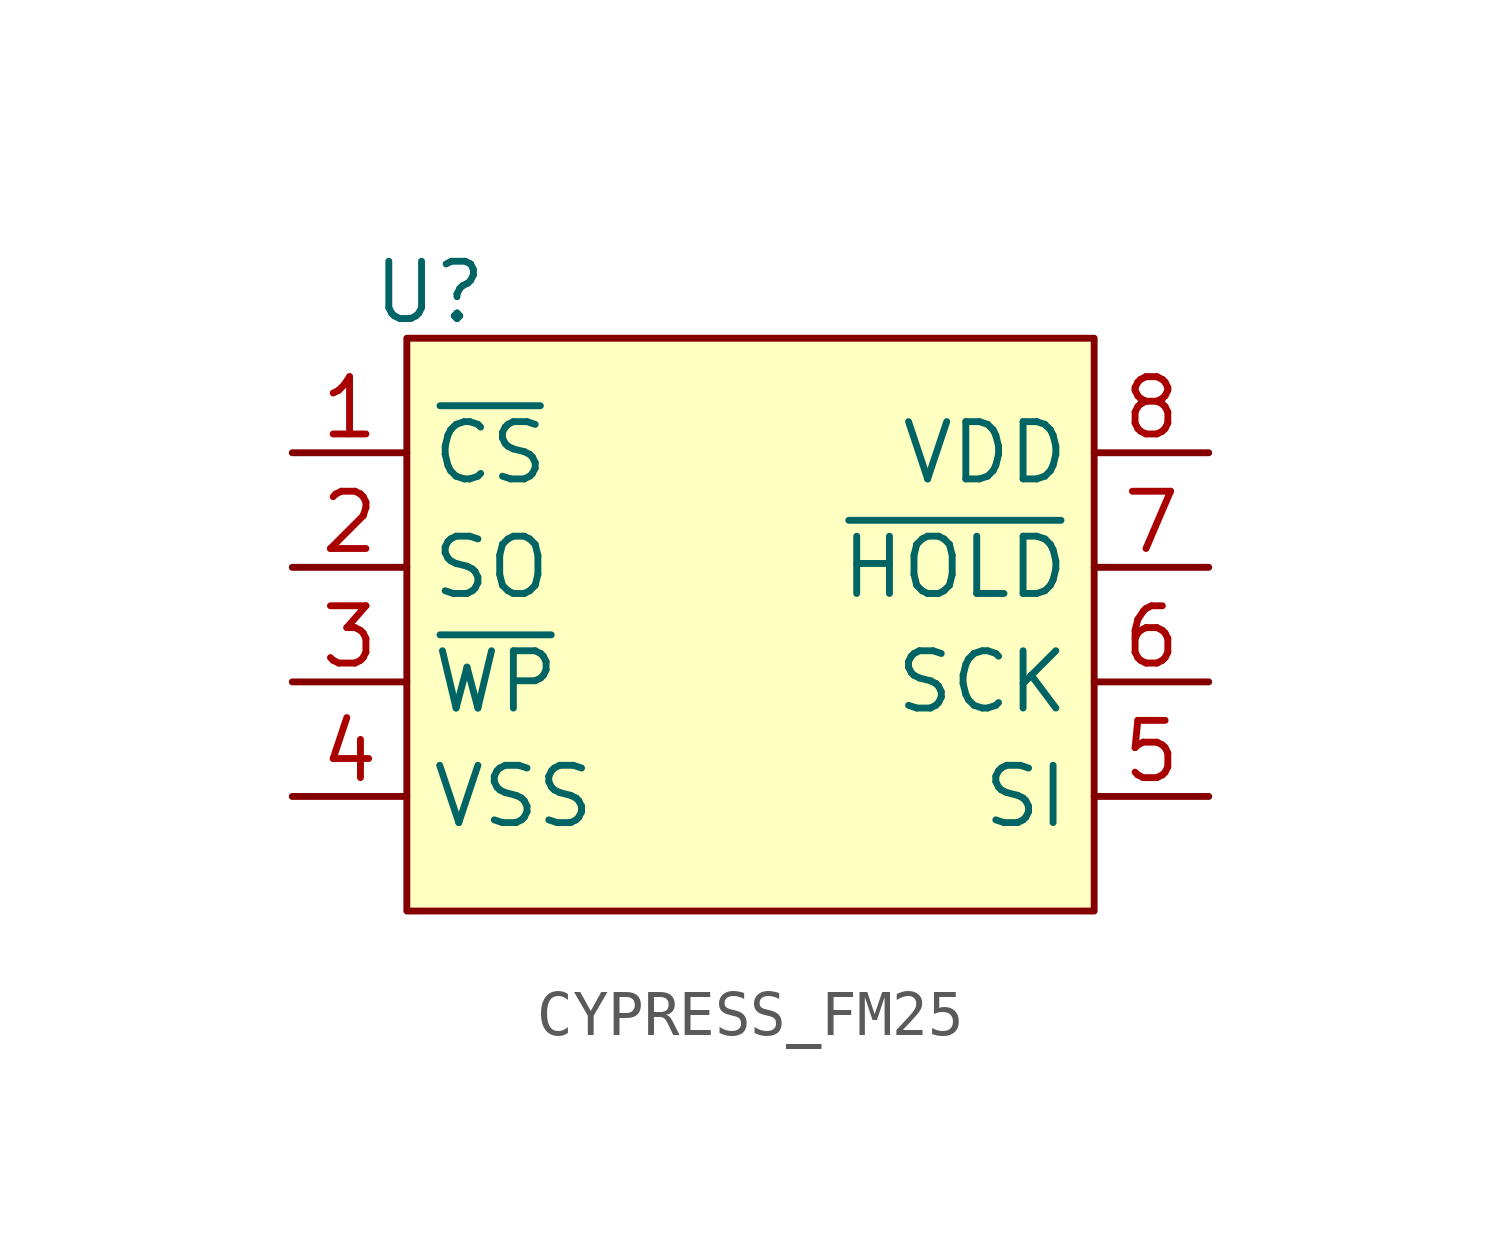
<source format=kicad_sym>
(kicad_symbol_lib
  (version 20231120)
  (generator "kicad_symbol_editor")
  (generator_version "8.0")
  (symbol "CYPRESS_FM25"
    (property "Reference" "U"
      (at -7.112 6.096 0)
      (do_not_autoplace)
      (effects (font (size 1.27 1.27))))
    (property "Value" ""
      (at 2.54 2.54 0)
      (effects (font (size 1.27 1.27))))
    (symbol "CYPRESS_FM25_0_1"
      (rectangle (start -7.62 5.08) (end 7.62 -7.62) (stroke (width 0) (type default)) (fill (type background))))
    (symbol "CYPRESS_FM25_1_0"
      (pin input line (at -10.16 2.54 0) (length 2.54) (name "~{CS}" (effects (font (size 1.27 1.27)))) (number "1" (effects (font (size 1.27 1.27)))))
      (pin output line (at -10.16 0 0) (length 2.54) (name "SO" (effects (font (size 1.27 1.27)))) (number "2" (effects (font (size 1.27 1.27)))))
      (pin input line (at -10.16 -2.54 0) (length 2.54) (name "~{WP}" (effects (font (size 1.27 1.27)))) (number "3" (effects (font (size 1.27 1.27)))))
      (pin power_in line (at -10.16 -5.08 0) (length 2.54) (name "VSS" (effects (font (size 1.27 1.27)))) (number "4" (effects (font (size 1.27 1.27)))))
      (pin input line (at 10.16 -5.08 180) (length 2.54) (name "SI" (effects (font (size 1.27 1.27)))) (number "5" (effects (font (size 1.27 1.27)))))
      (pin input line (at 10.16 -2.54 180) (length 2.54) (name "SCK" (effects (font (size 1.27 1.27)))) (number "6" (effects (font (size 1.27 1.27)))))
      (pin input line (at 10.16 0 180) (length 2.54) (name "~{HOLD}" (effects (font (size 1.27 1.27)))) (number "7" (effects (font (size 1.27 1.27)))))
      (pin power_in line (at 10.16 2.54 180) (length 2.54) (name "VDD" (effects (font (size 1.27 1.27)))) (number "8" (effects (font (size 1.27 1.27))))))))
</source>
